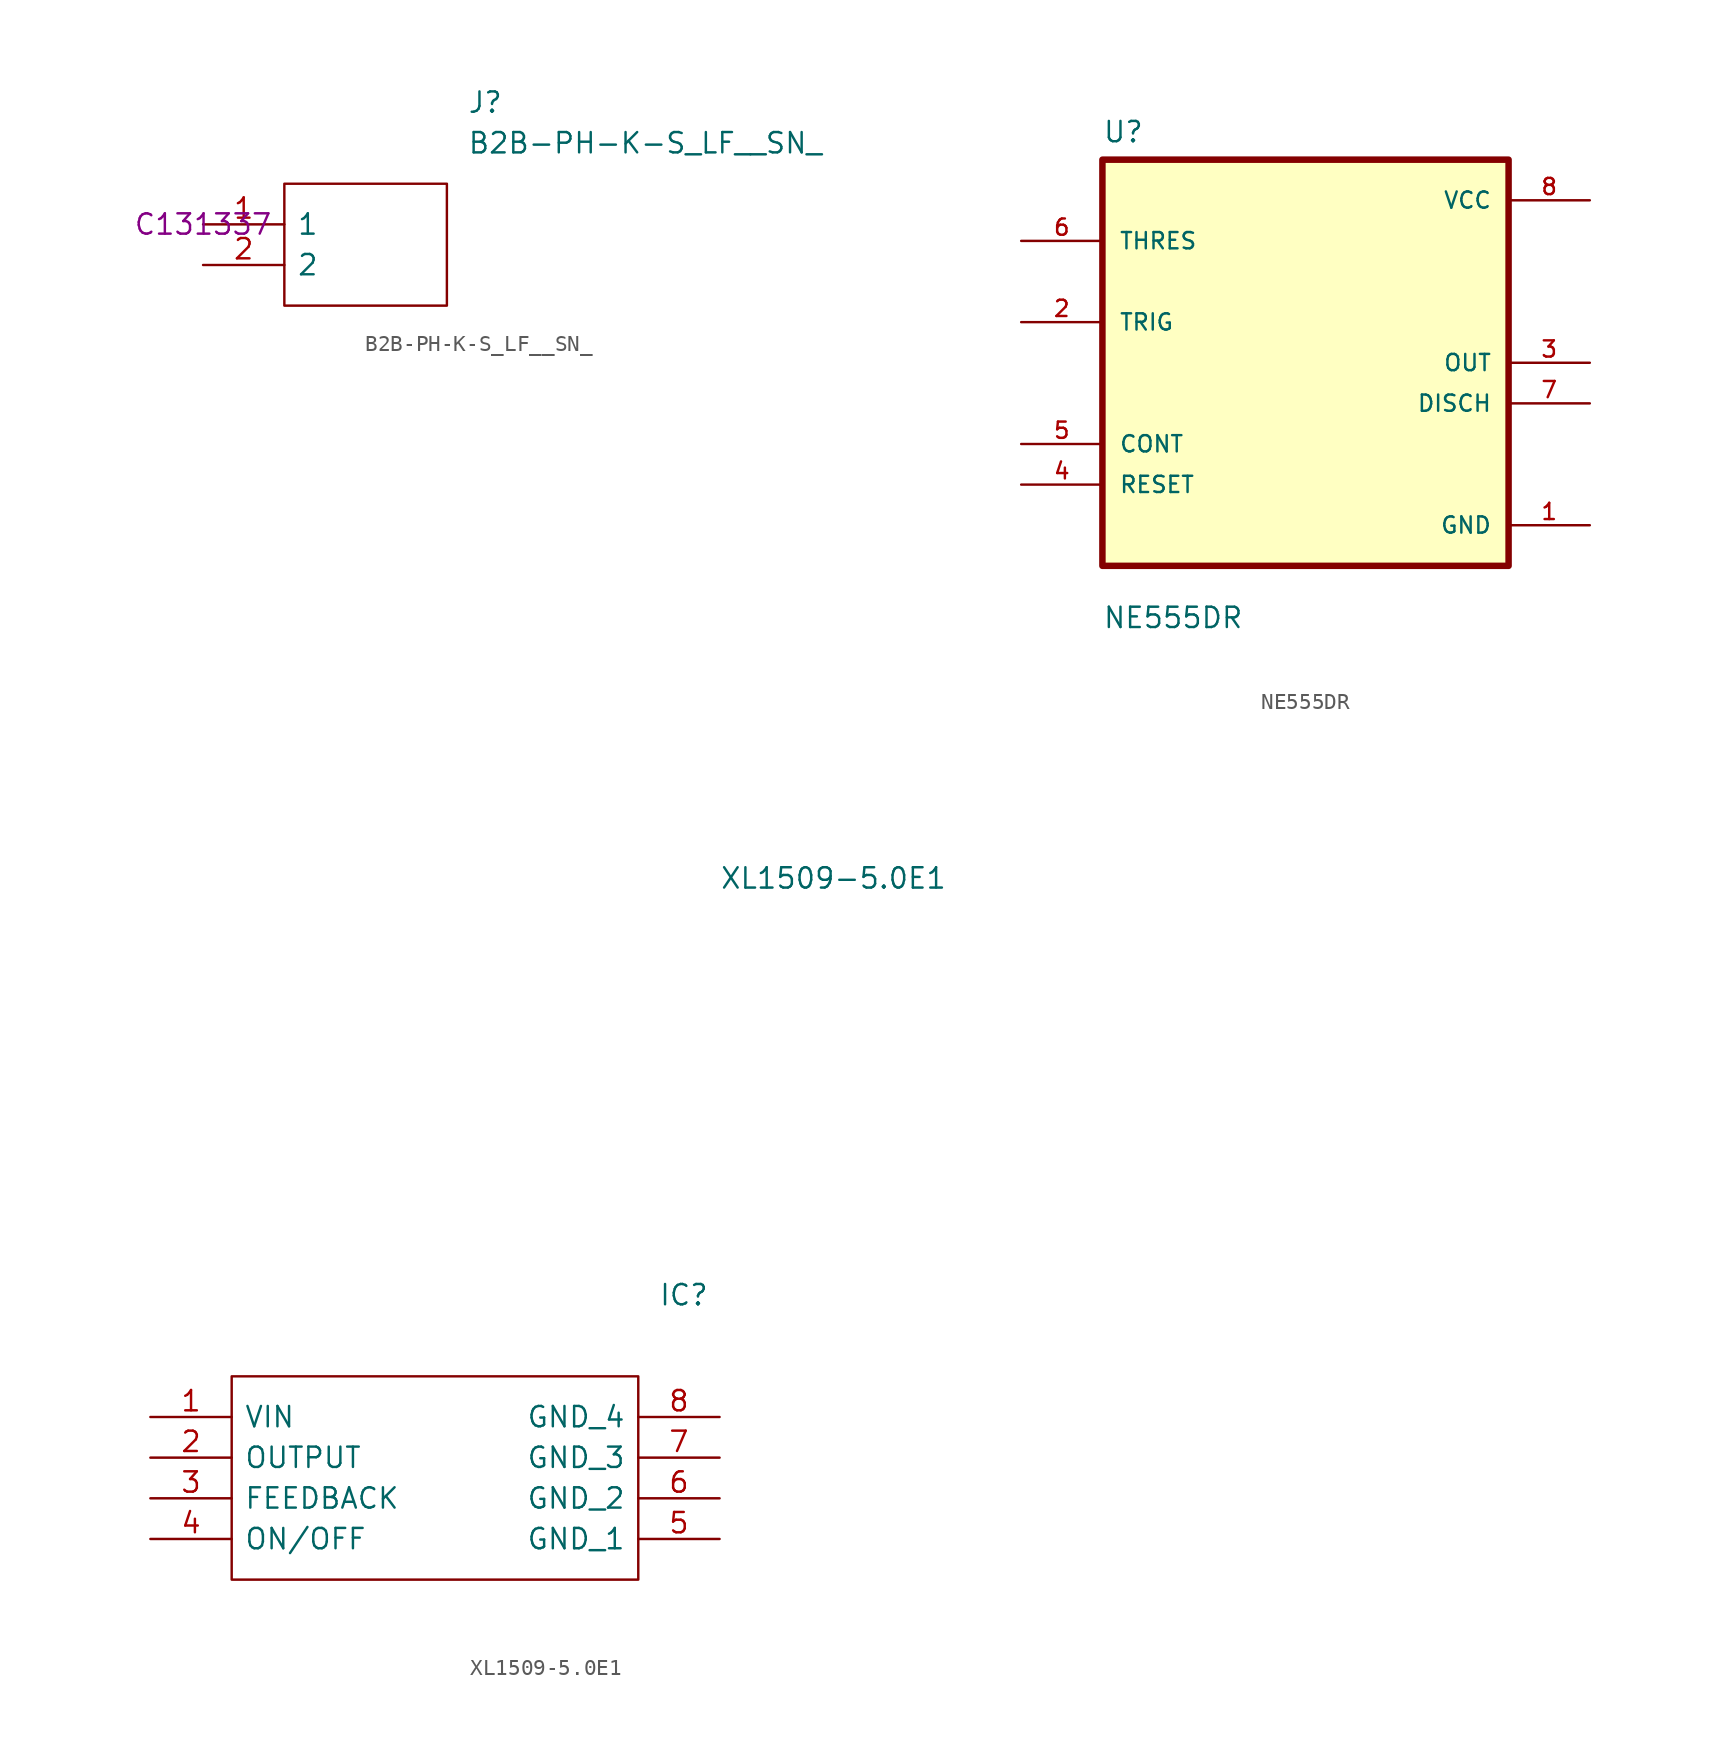
<source format=kicad_sym>
(kicad_symbol_lib
  (version 20211014)
  (generator kicad_symbol_editor)
  (symbol "B2B-PH-K-S_LF__SN_"
    (pin_names
      (offset 0.762))
    (property "Reference" "J"
      (at 16.51 7.62 0)
      (effects (font (size 1.27 1.27)) (justify left)))
    (property "Value" "B2B-PH-K-S_LF__SN_"
      (at 16.51 5.08 0)
      (effects (font (size 1.27 1.27)) (justify left)))
    (property "LCSC" "C131337"
      (at 0 0 0)
      (effects (font (size 1.27 1.27))))
    (symbol "B2B-PH-K-S_LF__SN__0_0"
      (pin passive line (at 0 0 0) (length 5.08) (name "1" (effects (font (size 1.27 1.27)))) (number "1" (effects (font (size 1.27 1.27)))))
      (pin passive line (at 0 -2.54 0) (length 5.08) (name "2" (effects (font (size 1.27 1.27)))) (number "2" (effects (font (size 1.27 1.27))))))
    (symbol "B2B-PH-K-S_LF__SN__0_1"
      (polyline (pts (xy 5.08 2.54) (xy 15.24 2.54) (xy 15.24 -5.08) (xy 5.08 -5.08) (xy 5.08 2.54)) (stroke (width 0.152) (type default) (color 0 0 0 0)) (fill (type none)))))
  (symbol "NE555DR"
    (pin_names
      (offset 1.016))
    (property "Reference" "U"
      (at -12.7 13.691 0)
      (effects (font (size 1.27 1.27)) (justify left bottom)))
    (property "Value" "NE555DR"
      (at -12.7 -16.688 0)
      (effects (font (size 1.27 1.27)) (justify left bottom)))
    (property "ki_locked" ""
      (at 0 0 0)
      (effects (font (size 1.27 1.27))))
    (symbol "NE555DR_0_0"
      (rectangle (start -12.7 -12.7) (end 12.7 12.7) (stroke (width 0.406) (type default) (color 0 0 0 0)) (fill (type background)))
      (pin power_in line (at 17.78 -10.16 180) (length 5.08) (name "GND" (effects (font (size 1.016 1.016)))) (number "1" (effects (font (size 1.016 1.016)))))
      (pin input line (at -17.78 2.54 0) (length 5.08) (name "TRIG" (effects (font (size 1.016 1.016)))) (number "2" (effects (font (size 1.016 1.016)))))
      (pin output line (at 17.78 0 180) (length 5.08) (name "OUT" (effects (font (size 1.016 1.016)))) (number "3" (effects (font (size 1.016 1.016)))))
      (pin input line (at -17.78 -7.62 0) (length 5.08) (name "RESET" (effects (font (size 1.016 1.016)))) (number "4" (effects (font (size 1.016 1.016)))))
      (pin bidirectional line (at -17.78 -5.08 0) (length 5.08) (name "CONT" (effects (font (size 1.016 1.016)))) (number "5" (effects (font (size 1.016 1.016)))))
      (pin input line (at -17.78 7.62 0) (length 5.08) (name "THRES" (effects (font (size 1.016 1.016)))) (number "6" (effects (font (size 1.016 1.016)))))
      (pin output line (at 17.78 -2.54 180) (length 5.08) (name "DISCH" (effects (font (size 1.016 1.016)))) (number "7" (effects (font (size 1.016 1.016)))))
      (pin power_in line (at 17.78 10.16 180) (length 5.08) (name "VCC" (effects (font (size 1.016 1.016)))) (number "8" (effects (font (size 1.016 1.016)))))))
  (symbol "XL1509-5.0E1"
    (pin_names
      (offset 0.762))
    (property "Reference" "IC"
      (at 31.75 7.62 0)
      (effects (font (size 1.27 1.27)) (justify left)))
    (property "Value" "XL1509-5.0E1"
      (at 35.56 33.655 0)
      (effects (font (size 1.27 1.27)) (justify left)))
    (symbol "XL1509-5.0E1_0_0"
      (pin passive line (at 0 0 0) (length 5.08) (name "VIN" (effects (font (size 1.27 1.27)))) (number "1" (effects (font (size 1.27 1.27)))))
      (pin power_out line (at 0 -2.54 0) (length 5.08) (name "OUTPUT" (effects (font (size 1.27 1.27)))) (number "2" (effects (font (size 1.27 1.27)))))
      (pin power_out line (at 0 -5.08 0) (length 5.08) (name "FEEDBACK" (effects (font (size 1.27 1.27)))) (number "3" (effects (font (size 1.27 1.27)))))
      (pin passive line (at 0 -7.62 0) (length 5.08) (name "ON/OFF" (effects (font (size 1.27 1.27)))) (number "4" (effects (font (size 1.27 1.27)))))
      (pin passive line (at 35.56 -7.62 180) (length 5.08) (name "GND_1" (effects (font (size 1.27 1.27)))) (number "5" (effects (font (size 1.27 1.27)))))
      (pin passive line (at 35.56 -5.08 180) (length 5.08) (name "GND_2" (effects (font (size 1.27 1.27)))) (number "6" (effects (font (size 1.27 1.27)))))
      (pin passive line (at 35.56 -2.54 180) (length 5.08) (name "GND_3" (effects (font (size 1.27 1.27)))) (number "7" (effects (font (size 1.27 1.27)))))
      (pin passive line (at 35.56 0 180) (length 5.08) (name "GND_4" (effects (font (size 1.27 1.27)))) (number "8" (effects (font (size 1.27 1.27))))))
    (symbol "XL1509-5.0E1_0_1"
      (polyline (pts (xy 5.08 2.54) (xy 30.48 2.54) (xy 30.48 -10.16) (xy 5.08 -10.16) (xy 5.08 2.54)) (stroke (width 0.152) (type default) (color 0 0 0 0)) (fill (type none))))))
</source>
